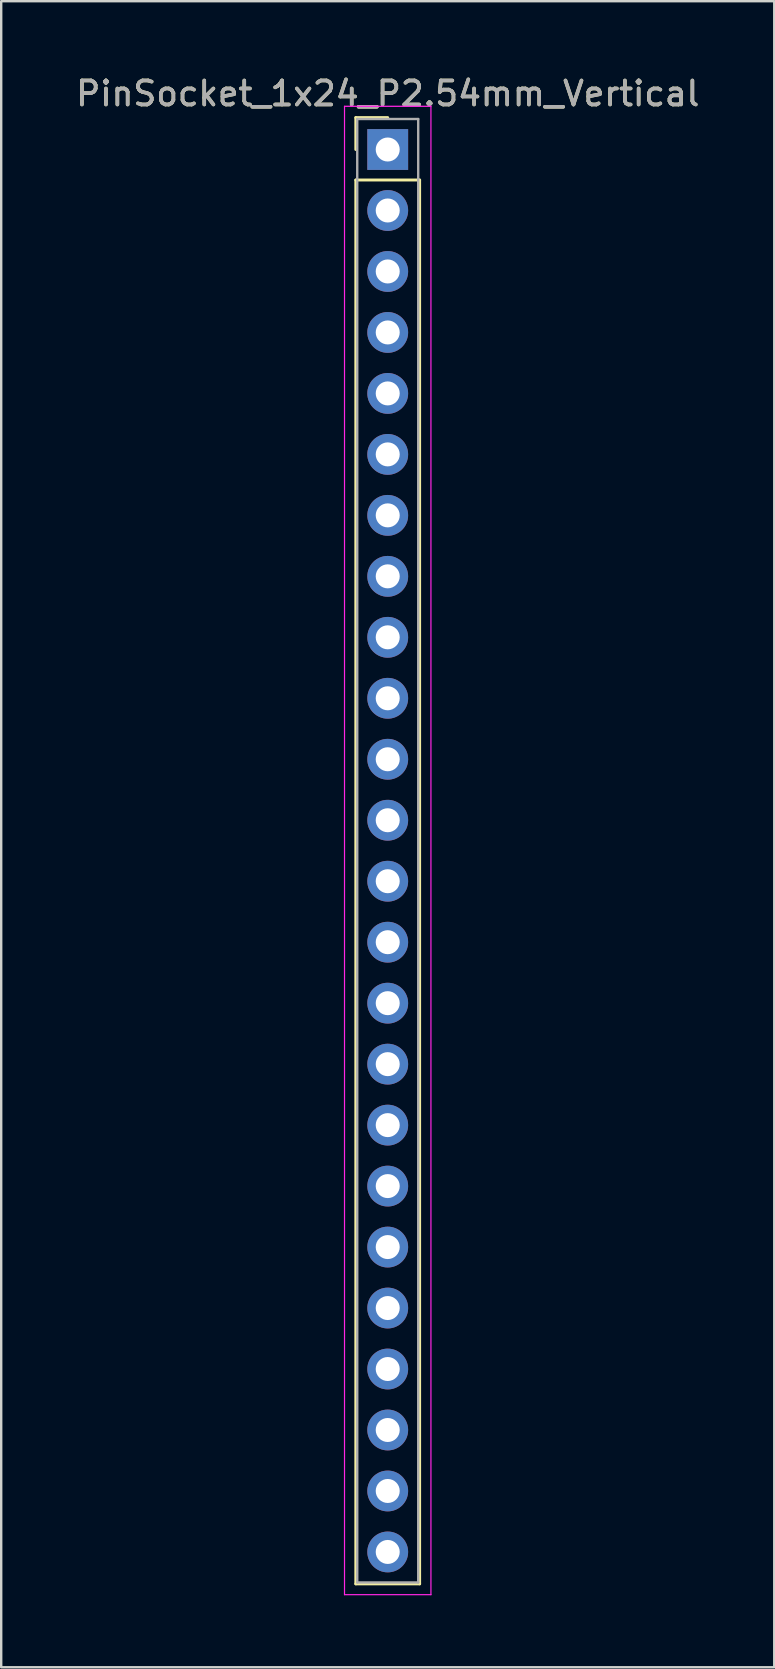
<source format=kicad_pcb>
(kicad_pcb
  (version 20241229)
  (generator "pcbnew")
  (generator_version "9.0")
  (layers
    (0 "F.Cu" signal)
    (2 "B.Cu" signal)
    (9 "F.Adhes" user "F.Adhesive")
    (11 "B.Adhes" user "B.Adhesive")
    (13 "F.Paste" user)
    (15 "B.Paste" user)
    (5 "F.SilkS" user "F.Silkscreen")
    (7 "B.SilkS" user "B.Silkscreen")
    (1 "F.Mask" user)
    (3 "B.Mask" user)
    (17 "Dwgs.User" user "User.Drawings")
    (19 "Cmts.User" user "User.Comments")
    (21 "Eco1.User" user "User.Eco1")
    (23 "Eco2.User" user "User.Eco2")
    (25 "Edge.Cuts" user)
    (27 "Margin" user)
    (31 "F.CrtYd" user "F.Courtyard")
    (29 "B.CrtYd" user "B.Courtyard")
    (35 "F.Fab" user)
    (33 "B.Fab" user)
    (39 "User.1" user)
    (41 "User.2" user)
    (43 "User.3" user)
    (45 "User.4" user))
  (footprint "PinSocket_1x24_P2.54mm_Vertical"
    (layer "F.Cu")
    (at 13.101 3.178)
    (property "Reference" "PinSocket_1x24_P2.54mm_Vertical" (at 0 -2.33 0) (layer "F.SilkS") (effects (font (size 1 1) (thickness 0.15))))
    (attr through_hole)
    (fp_line (start -1.33 -1.33) (end 0 -1.33) (stroke (width 0.12) (type solid)) (layer "F.SilkS"))
    (fp_line (start -1.33 0) (end -1.33 -1.33) (stroke (width 0.12) (type solid)) (layer "F.SilkS"))
    (fp_line (start -1.33 1.27) (end -1.33 59.75) (stroke (width 0.12) (type solid)) (layer "F.SilkS"))
    (fp_line (start -1.33 59.75) (end 1.33 59.75) (stroke (width 0.12) (type solid)) (layer "F.SilkS"))
    (fp_line (start 1.33 1.27) (end -1.33 1.27) (stroke (width 0.12) (type solid)) (layer "F.SilkS"))
    (fp_line (start 1.33 59.75) (end 1.33 1.27) (stroke (width 0.12) (type solid)) (layer "F.SilkS"))
    (fp_line (start -1.8 -1.8) (end -1.8 60.2) (stroke (width 0.05) (type solid)) (layer "F.CrtYd"))
    (fp_line (start -1.8 60.2) (end 1.8 60.2) (stroke (width 0.05) (type solid)) (layer "F.CrtYd"))
    (fp_line (start 1.8 -1.8) (end -1.8 -1.8) (stroke (width 0.05) (type solid)) (layer "F.CrtYd"))
    (fp_line (start 1.8 60.2) (end 1.8 -1.8) (stroke (width 0.05) (type solid)) (layer "F.CrtYd"))
    (fp_line (start -1.27 -1.27) (end -1.27 59.69) (stroke (width 0.1) (type solid)) (layer "F.Fab"))
    (fp_line (start -1.27 59.69) (end 1.27 59.69) (stroke (width 0.1) (type solid)) (layer "F.Fab"))
    (fp_line (start 1.27 -1.27) (end -1.27 -1.27) (stroke (width 0.1) (type solid)) (layer "F.Fab"))
    (fp_line (start 1.27 59.69) (end 1.27 -1.27) (stroke (width 0.1) (type solid)) (layer "F.Fab"))
    (fp_text user "${REFERENCE}" (at 0 -2.33 0) (layer "F.Fab") (effects (font (size 1 1) (thickness 0.15))))
    (pad "1" thru_hole rect (at 0 0) (size 1.7 1.7) (drill 1) (layers "*.Cu" "*.Mask"))
    (pad "2" thru_hole oval (at 0 2.54) (size 1.7 1.7) (drill 1) (layers "*.Cu" "*.Mask"))
    (pad "3" thru_hole oval (at 0 5.08) (size 1.7 1.7) (drill 1) (layers "*.Cu" "*.Mask"))
    (pad "4" thru_hole oval (at 0 7.62) (size 1.7 1.7) (drill 1) (layers "*.Cu" "*.Mask"))
    (pad "5" thru_hole oval (at 0 10.16) (size 1.7 1.7) (drill 1) (layers "*.Cu" "*.Mask"))
    (pad "6" thru_hole oval (at 0 12.7) (size 1.7 1.7) (drill 1) (layers "*.Cu" "*.Mask"))
    (pad "7" thru_hole oval (at 0 15.24) (size 1.7 1.7) (drill 1) (layers "*.Cu" "*.Mask"))
    (pad "8" thru_hole oval (at 0 17.78) (size 1.7 1.7) (drill 1) (layers "*.Cu" "*.Mask"))
    (pad "9" thru_hole oval (at 0 20.32) (size 1.7 1.7) (drill 1) (layers "*.Cu" "*.Mask"))
    (pad "10" thru_hole oval (at 0 22.86) (size 1.7 1.7) (drill 1) (layers "*.Cu" "*.Mask"))
    (pad "11" thru_hole oval (at 0 25.4) (size 1.7 1.7) (drill 1) (layers "*.Cu" "*.Mask"))
    (pad "12" thru_hole oval (at 0 27.94) (size 1.7 1.7) (drill 1) (layers "*.Cu" "*.Mask"))
    (pad "13" thru_hole oval (at 0 30.48) (size 1.7 1.7) (drill 1) (layers "*.Cu" "*.Mask"))
    (pad "14" thru_hole oval (at 0 33.02) (size 1.7 1.7) (drill 1) (layers "*.Cu" "*.Mask"))
    (pad "15" thru_hole oval (at 0 35.56) (size 1.7 1.7) (drill 1) (layers "*.Cu" "*.Mask"))
    (pad "16" thru_hole oval (at 0 38.1) (size 1.7 1.7) (drill 1) (layers "*.Cu" "*.Mask"))
    (pad "17" thru_hole oval (at 0 40.64) (size 1.7 1.7) (drill 1) (layers "*.Cu" "*.Mask"))
    (pad "18" thru_hole oval (at 0 43.18) (size 1.7 1.7) (drill 1) (layers "*.Cu" "*.Mask"))
    (pad "19" thru_hole oval (at 0 45.72) (size 1.7 1.7) (drill 1) (layers "*.Cu" "*.Mask"))
    (pad "20" thru_hole oval (at 0 48.26) (size 1.7 1.7) (drill 1) (layers "*.Cu" "*.Mask"))
    (pad "21" thru_hole oval (at 0 50.8) (size 1.7 1.7) (drill 1) (layers "*.Cu" "*.Mask"))
    (pad "22" thru_hole oval (at 0 53.34) (size 1.7 1.7) (drill 1) (layers "*.Cu" "*.Mask"))
    (pad "23" thru_hole oval (at 0 55.88) (size 1.7 1.7) (drill 1) (layers "*.Cu" "*.Mask"))
    (pad "24" thru_hole oval (at 0 58.42) (size 1.7 1.7) (drill 1) (layers "*.Cu" "*.Mask")))
  (gr_rect
    (start -3 -3)
    (end 29.202 66.403)
    (stroke (width 0.1) (type default))
    (fill no)
    (layer "Edge.Cuts")))
</source>
